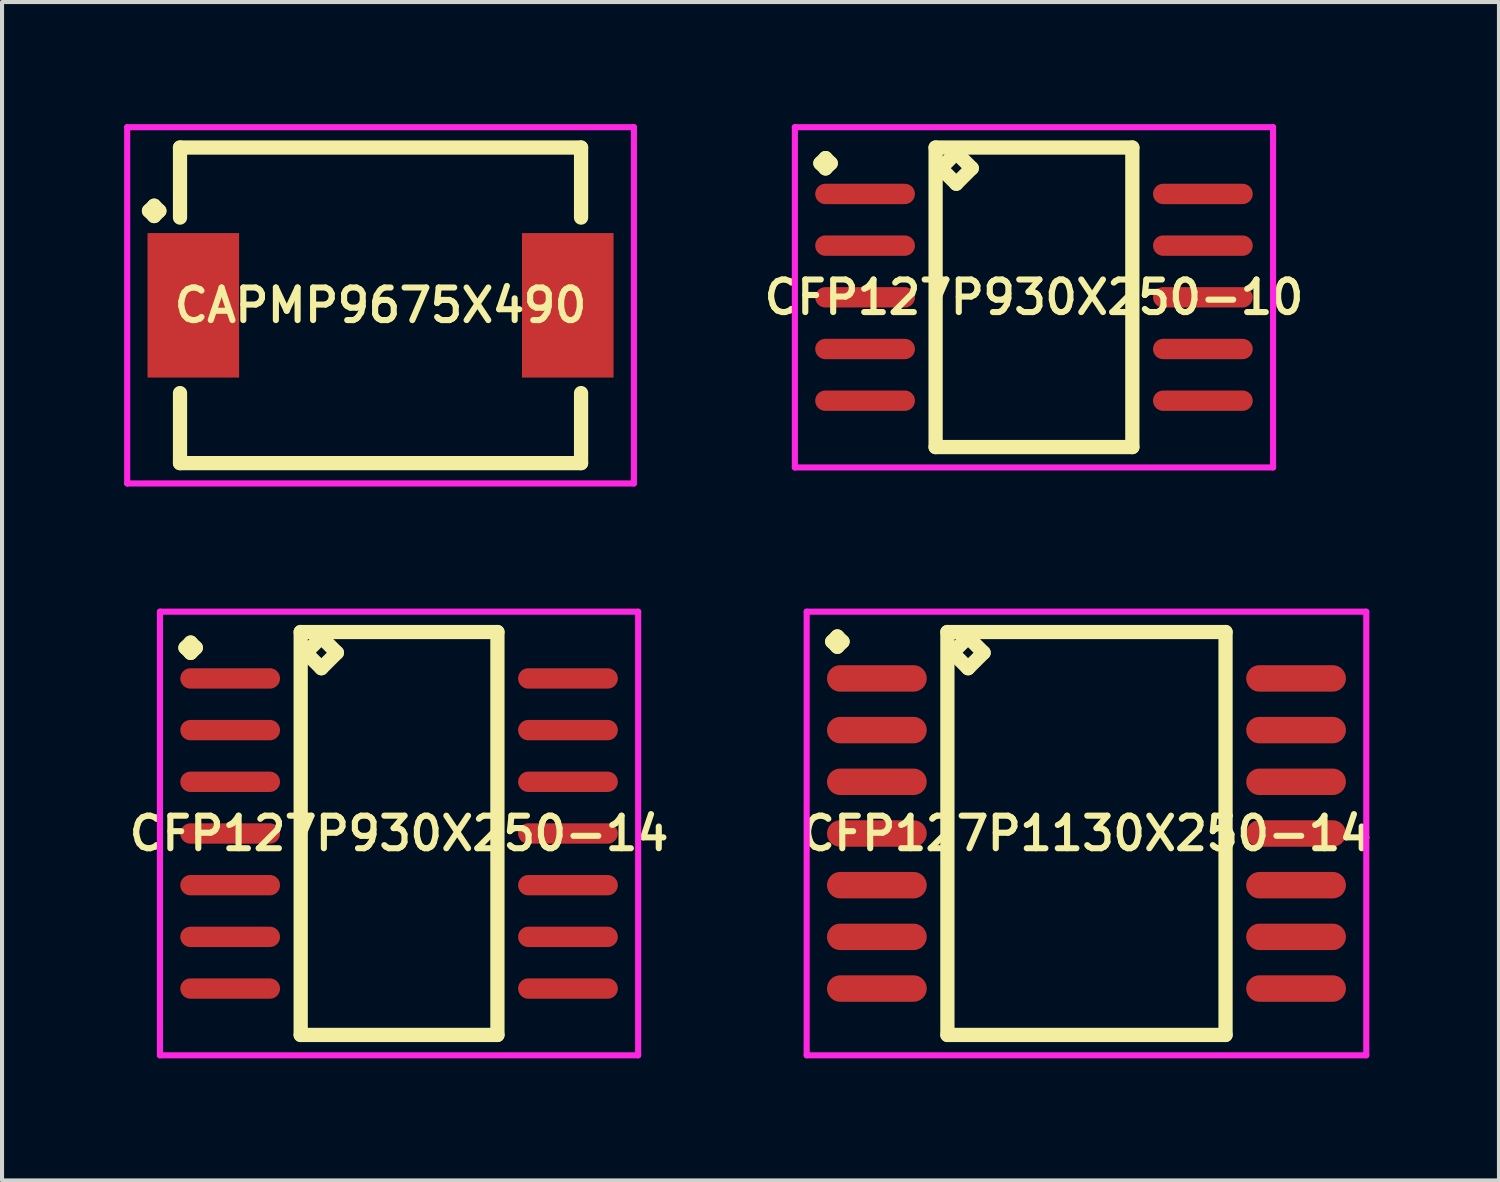
<source format=kicad_pcb>
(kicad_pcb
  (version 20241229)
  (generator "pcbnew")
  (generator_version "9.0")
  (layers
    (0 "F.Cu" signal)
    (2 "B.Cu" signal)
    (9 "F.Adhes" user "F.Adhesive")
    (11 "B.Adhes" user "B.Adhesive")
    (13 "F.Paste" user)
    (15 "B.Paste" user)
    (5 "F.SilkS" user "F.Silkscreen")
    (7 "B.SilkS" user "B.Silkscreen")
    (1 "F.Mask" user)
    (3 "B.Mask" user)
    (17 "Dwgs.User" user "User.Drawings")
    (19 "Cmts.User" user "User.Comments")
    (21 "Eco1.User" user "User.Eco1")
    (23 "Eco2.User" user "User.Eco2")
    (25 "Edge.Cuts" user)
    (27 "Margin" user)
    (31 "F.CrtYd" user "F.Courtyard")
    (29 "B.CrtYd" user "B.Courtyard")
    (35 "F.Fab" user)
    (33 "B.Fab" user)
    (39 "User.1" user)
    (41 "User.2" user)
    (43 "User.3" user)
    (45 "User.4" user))
  (footprint "CFP127P1130X250-14"
    (layer "F.Cu")
    (at 23.645 17.429)
    (property "Reference" "CFP127P1130X250-14" (at 0 0 0) (layer "F.SilkS") (effects (font (size 0.8 0.8) (thickness 0.15))))
    (attr smd)
    (fp_line (start -6.248 -4.714) (end -6.121 -4.841) (stroke (width 0.35) (type solid)) (layer "F.SilkS"))
    (fp_line (start -6.121 -4.841) (end -5.994 -4.714) (stroke (width 0.35) (type solid)) (layer "F.SilkS"))
    (fp_line (start -6.121 -4.587) (end -6.248 -4.714) (stroke (width 0.35) (type solid)) (layer "F.SilkS"))
    (fp_line (start -5.994 -4.714) (end -6.121 -4.587) (stroke (width 0.35) (type solid)) (layer "F.SilkS"))
    (fp_line (start -3.417 -4.95) (end -3.417 4.95) (stroke (width 0.35) (type solid)) (layer "F.SilkS"))
    (fp_line (start -3.417 4.95) (end 3.417 4.95) (stroke (width 0.35) (type solid)) (layer "F.SilkS"))
    (fp_line (start -3.29 -4.442) (end -2.909 -4.823) (stroke (width 0.35) (type solid)) (layer "F.SilkS"))
    (fp_line (start -2.909 -4.823) (end -2.528 -4.442) (stroke (width 0.35) (type solid)) (layer "F.SilkS"))
    (fp_line (start -2.909 -4.061) (end -3.29 -4.442) (stroke (width 0.35) (type solid)) (layer "F.SilkS"))
    (fp_line (start -2.528 -4.442) (end -2.909 -4.061) (stroke (width 0.35) (type solid)) (layer "F.SilkS"))
    (fp_line (start 3.417 -4.95) (end -3.417 -4.95) (stroke (width 0.35) (type solid)) (layer "F.SilkS"))
    (fp_line (start 3.417 4.95) (end 3.417 -4.95) (stroke (width 0.35) (type solid)) (layer "F.SilkS"))
    (fp_line (start -6.875 -5.45) (end 6.875 -5.45) (stroke (width 0.15) (type solid)) (layer "F.CrtYd"))
    (fp_line (start -6.875 5.45) (end -6.875 -5.45) (stroke (width 0.15) (type solid)) (layer "F.CrtYd"))
    (fp_line (start 6.875 -5.45) (end 6.875 5.45) (stroke (width 0.15) (type solid)) (layer "F.CrtYd"))
    (fp_line (start 6.875 5.45) (end -6.875 5.45) (stroke (width 0.15) (type solid)) (layer "F.CrtYd"))
    (pad "1" smd oval (at -5.15 -3.81) (size 2.45 0.65) (layers "F.Cu" "F.Mask" "F.Paste"))
    (pad "2" smd oval (at -5.15 -2.54) (size 2.45 0.65) (layers "F.Cu" "F.Mask" "F.Paste"))
    (pad "3" smd oval (at -5.15 -1.27) (size 2.45 0.65) (layers "F.Cu" "F.Mask" "F.Paste"))
    (pad "4" smd oval (at -5.15 0) (size 2.45 0.65) (layers "F.Cu" "F.Mask" "F.Paste"))
    (pad "5" smd oval (at -5.15 1.27) (size 2.45 0.65) (layers "F.Cu" "F.Mask" "F.Paste"))
    (pad "6" smd oval (at -5.15 2.54) (size 2.45 0.65) (layers "F.Cu" "F.Mask" "F.Paste"))
    (pad "7" smd oval (at -5.15 3.81) (size 2.45 0.65) (layers "F.Cu" "F.Mask" "F.Paste"))
    (pad "8" smd oval (at 5.15 3.81) (size 2.45 0.65) (layers "F.Cu" "F.Mask" "F.Paste"))
    (pad "9" smd oval (at 5.15 2.54) (size 2.45 0.65) (layers "F.Cu" "F.Mask" "F.Paste"))
    (pad "10" smd oval (at 5.15 1.27) (size 2.45 0.65) (layers "F.Cu" "F.Mask" "F.Paste"))
    (pad "11" smd oval (at 5.15 0) (size 2.45 0.65) (layers "F.Cu" "F.Mask" "F.Paste"))
    (pad "12" smd oval (at 5.15 -1.27) (size 2.45 0.65) (layers "F.Cu" "F.Mask" "F.Paste"))
    (pad "13" smd oval (at 5.15 -2.54) (size 2.45 0.65) (layers "F.Cu" "F.Mask" "F.Paste"))
    (pad "14" smd oval (at 5.15 -3.81) (size 2.45 0.65) (layers "F.Cu" "F.Mask" "F.Paste")))
  (footprint "CAPMP9675X490"
    (layer "F.Cu")
    (at 6.3 4.452)
    (property "Reference" "CAPMP9675X490" (at 0 0 0) (layer "F.SilkS") (effects (font (size 0.8 0.8) (thickness 0.15))))
    (attr smd)
    (fp_line (start -5.689 -2.321) (end -5.562 -2.448) (stroke (width 0.35) (type solid)) (layer "F.SilkS"))
    (fp_line (start -5.562 -2.448) (end -5.435 -2.321) (stroke (width 0.35) (type solid)) (layer "F.SilkS"))
    (fp_line (start -5.562 -2.194) (end -5.689 -2.321) (stroke (width 0.35) (type solid)) (layer "F.SilkS"))
    (fp_line (start -5.435 -2.321) (end -5.562 -2.194) (stroke (width 0.35) (type solid)) (layer "F.SilkS"))
    (fp_line (start -4.927 -3.877) (end 4.927 -3.877) (stroke (width 0.35) (type solid)) (layer "F.SilkS"))
    (fp_line (start -4.927 -2.156) (end -4.927 -3.877) (stroke (width 0.35) (type solid)) (layer "F.SilkS"))
    (fp_line (start -4.927 2.156) (end -4.927 3.877) (stroke (width 0.35) (type solid)) (layer "F.SilkS"))
    (fp_line (start -4.927 3.877) (end 4.927 3.877) (stroke (width 0.35) (type solid)) (layer "F.SilkS"))
    (fp_line (start 4.927 -3.877) (end 4.927 -2.156) (stroke (width 0.35) (type solid)) (layer "F.SilkS"))
    (fp_line (start 4.927 3.877) (end 4.927 2.156) (stroke (width 0.35) (type solid)) (layer "F.SilkS"))
    (fp_line (start -6.225 -4.377) (end 6.225 -4.377) (stroke (width 0.15) (type solid)) (layer "F.CrtYd"))
    (fp_line (start -6.225 4.377) (end -6.225 -4.377) (stroke (width 0.15) (type solid)) (layer "F.CrtYd"))
    (fp_line (start 6.225 -4.377) (end 6.225 4.377) (stroke (width 0.15) (type solid)) (layer "F.CrtYd"))
    (fp_line (start 6.225 4.377) (end -6.225 4.377) (stroke (width 0.15) (type solid)) (layer "F.CrtYd"))
    (pad "1" smd rect (at -4.6 0) (size 2.25 3.55) (layers "F.Cu" "F.Mask" "F.Paste"))
    (pad "2" smd rect (at 4.6 0) (size 2.25 3.55) (layers "F.Cu" "F.Mask" "F.Paste")))
  (footprint "CFP127P930X250-14"
    (layer "F.Cu")
    (at 6.755 17.429)
    (property "Reference" "CFP127P930X250-14" (at 0 0 0) (layer "F.SilkS") (effects (font (size 0.8 0.8) (thickness 0.15))))
    (attr smd)
    (fp_line (start -5.248 -4.564) (end -5.121 -4.691) (stroke (width 0.35) (type solid)) (layer "F.SilkS"))
    (fp_line (start -5.121 -4.691) (end -4.994 -4.564) (stroke (width 0.35) (type solid)) (layer "F.SilkS"))
    (fp_line (start -5.121 -4.437) (end -5.248 -4.564) (stroke (width 0.35) (type solid)) (layer "F.SilkS"))
    (fp_line (start -4.994 -4.564) (end -5.121 -4.437) (stroke (width 0.35) (type solid)) (layer "F.SilkS"))
    (fp_line (start -2.417 -4.95) (end -2.417 4.95) (stroke (width 0.35) (type solid)) (layer "F.SilkS"))
    (fp_line (start -2.417 4.95) (end 2.417 4.95) (stroke (width 0.35) (type solid)) (layer "F.SilkS"))
    (fp_line (start -2.29 -4.442) (end -1.909 -4.823) (stroke (width 0.35) (type solid)) (layer "F.SilkS"))
    (fp_line (start -1.909 -4.823) (end -1.528 -4.442) (stroke (width 0.35) (type solid)) (layer "F.SilkS"))
    (fp_line (start -1.909 -4.061) (end -2.29 -4.442) (stroke (width 0.35) (type solid)) (layer "F.SilkS"))
    (fp_line (start -1.528 -4.442) (end -1.909 -4.061) (stroke (width 0.35) (type solid)) (layer "F.SilkS"))
    (fp_line (start 2.417 -4.95) (end -2.417 -4.95) (stroke (width 0.35) (type solid)) (layer "F.SilkS"))
    (fp_line (start 2.417 4.95) (end 2.417 -4.95) (stroke (width 0.35) (type solid)) (layer "F.SilkS"))
    (fp_line (start -5.875 -5.45) (end 5.875 -5.45) (stroke (width 0.15) (type solid)) (layer "F.CrtYd"))
    (fp_line (start -5.875 5.45) (end -5.875 -5.45) (stroke (width 0.15) (type solid)) (layer "F.CrtYd"))
    (fp_line (start 5.875 -5.45) (end 5.875 5.45) (stroke (width 0.15) (type solid)) (layer "F.CrtYd"))
    (fp_line (start 5.875 5.45) (end -5.875 5.45) (stroke (width 0.15) (type solid)) (layer "F.CrtYd"))
    (pad "1" smd oval (at -4.15 -3.81) (size 2.45 0.5) (layers "F.Cu" "F.Mask" "F.Paste"))
    (pad "2" smd oval (at -4.15 -2.54) (size 2.45 0.5) (layers "F.Cu" "F.Mask" "F.Paste"))
    (pad "3" smd oval (at -4.15 -1.27) (size 2.45 0.5) (layers "F.Cu" "F.Mask" "F.Paste"))
    (pad "4" smd oval (at -4.15 0) (size 2.45 0.5) (layers "F.Cu" "F.Mask" "F.Paste"))
    (pad "5" smd oval (at -4.15 1.27) (size 2.45 0.5) (layers "F.Cu" "F.Mask" "F.Paste"))
    (pad "6" smd oval (at -4.15 2.54) (size 2.45 0.5) (layers "F.Cu" "F.Mask" "F.Paste"))
    (pad "7" smd oval (at -4.15 3.81) (size 2.45 0.5) (layers "F.Cu" "F.Mask" "F.Paste"))
    (pad "8" smd oval (at 4.15 3.81) (size 2.45 0.5) (layers "F.Cu" "F.Mask" "F.Paste"))
    (pad "9" smd oval (at 4.15 2.54) (size 2.45 0.5) (layers "F.Cu" "F.Mask" "F.Paste"))
    (pad "10" smd oval (at 4.15 1.27) (size 2.45 0.5) (layers "F.Cu" "F.Mask" "F.Paste"))
    (pad "11" smd oval (at 4.15 0) (size 2.45 0.5) (layers "F.Cu" "F.Mask" "F.Paste"))
    (pad "12" smd oval (at 4.15 -1.27) (size 2.45 0.5) (layers "F.Cu" "F.Mask" "F.Paste"))
    (pad "13" smd oval (at 4.15 -2.54) (size 2.45 0.5) (layers "F.Cu" "F.Mask" "F.Paste"))
    (pad "14" smd oval (at 4.15 -3.81) (size 2.45 0.5) (layers "F.Cu" "F.Mask" "F.Paste")))
  (footprint "CFP127P930X250-10"
    (layer "F.Cu")
    (at 22.355 4.255)
    (property "Reference" "CFP127P930X250-10" (at 0 0 0) (layer "F.SilkS") (effects (font (size 0.8 0.8) (thickness 0.15))))
    (attr smd)
    (fp_line (start -5.248 -3.294) (end -5.121 -3.421) (stroke (width 0.35) (type solid)) (layer "F.SilkS"))
    (fp_line (start -5.121 -3.421) (end -4.994 -3.294) (stroke (width 0.35) (type solid)) (layer "F.SilkS"))
    (fp_line (start -5.121 -3.167) (end -5.248 -3.294) (stroke (width 0.35) (type solid)) (layer "F.SilkS"))
    (fp_line (start -4.994 -3.294) (end -5.121 -3.167) (stroke (width 0.35) (type solid)) (layer "F.SilkS"))
    (fp_line (start -2.417 -3.68) (end -2.417 3.68) (stroke (width 0.35) (type solid)) (layer "F.SilkS"))
    (fp_line (start -2.417 3.68) (end 2.417 3.68) (stroke (width 0.35) (type solid)) (layer "F.SilkS"))
    (fp_line (start -2.29 -3.172) (end -1.909 -3.553) (stroke (width 0.35) (type solid)) (layer "F.SilkS"))
    (fp_line (start -1.909 -3.553) (end -1.528 -3.172) (stroke (width 0.35) (type solid)) (layer "F.SilkS"))
    (fp_line (start -1.909 -2.791) (end -2.29 -3.172) (stroke (width 0.35) (type solid)) (layer "F.SilkS"))
    (fp_line (start -1.528 -3.172) (end -1.909 -2.791) (stroke (width 0.35) (type solid)) (layer "F.SilkS"))
    (fp_line (start 2.417 -3.68) (end -2.417 -3.68) (stroke (width 0.35) (type solid)) (layer "F.SilkS"))
    (fp_line (start 2.417 3.68) (end 2.417 -3.68) (stroke (width 0.35) (type solid)) (layer "F.SilkS"))
    (fp_line (start -5.875 -4.18) (end 5.875 -4.18) (stroke (width 0.15) (type solid)) (layer "F.CrtYd"))
    (fp_line (start -5.875 4.18) (end -5.875 -4.18) (stroke (width 0.15) (type solid)) (layer "F.CrtYd"))
    (fp_line (start 5.875 -4.18) (end 5.875 4.18) (stroke (width 0.15) (type solid)) (layer "F.CrtYd"))
    (fp_line (start 5.875 4.18) (end -5.875 4.18) (stroke (width 0.15) (type solid)) (layer "F.CrtYd"))
    (pad "1" smd oval (at -4.15 -2.54) (size 2.45 0.5) (layers "F.Cu" "F.Mask" "F.Paste"))
    (pad "2" smd oval (at -4.15 -1.27) (size 2.45 0.5) (layers "F.Cu" "F.Mask" "F.Paste"))
    (pad "3" smd oval (at -4.15 0) (size 2.45 0.5) (layers "F.Cu" "F.Mask" "F.Paste"))
    (pad "4" smd oval (at -4.15 1.27) (size 2.45 0.5) (layers "F.Cu" "F.Mask" "F.Paste"))
    (pad "5" smd oval (at -4.15 2.54) (size 2.45 0.5) (layers "F.Cu" "F.Mask" "F.Paste"))
    (pad "6" smd oval (at 4.15 2.54) (size 2.45 0.5) (layers "F.Cu" "F.Mask" "F.Paste"))
    (pad "7" smd oval (at 4.15 1.27) (size 2.45 0.5) (layers "F.Cu" "F.Mask" "F.Paste"))
    (pad "8" smd oval (at 4.15 0) (size 2.45 0.5) (layers "F.Cu" "F.Mask" "F.Paste"))
    (pad "9" smd oval (at 4.15 -1.27) (size 2.45 0.5) (layers "F.Cu" "F.Mask" "F.Paste"))
    (pad "10" smd oval (at 4.15 -2.54) (size 2.45 0.5) (layers "F.Cu" "F.Mask" "F.Paste")))
  (gr_rect
    (start -3 -3)
    (end 33.78 25.954)
    (stroke (width 0.1) (type default))
    (fill no)
    (layer "Edge.Cuts")))
</source>
